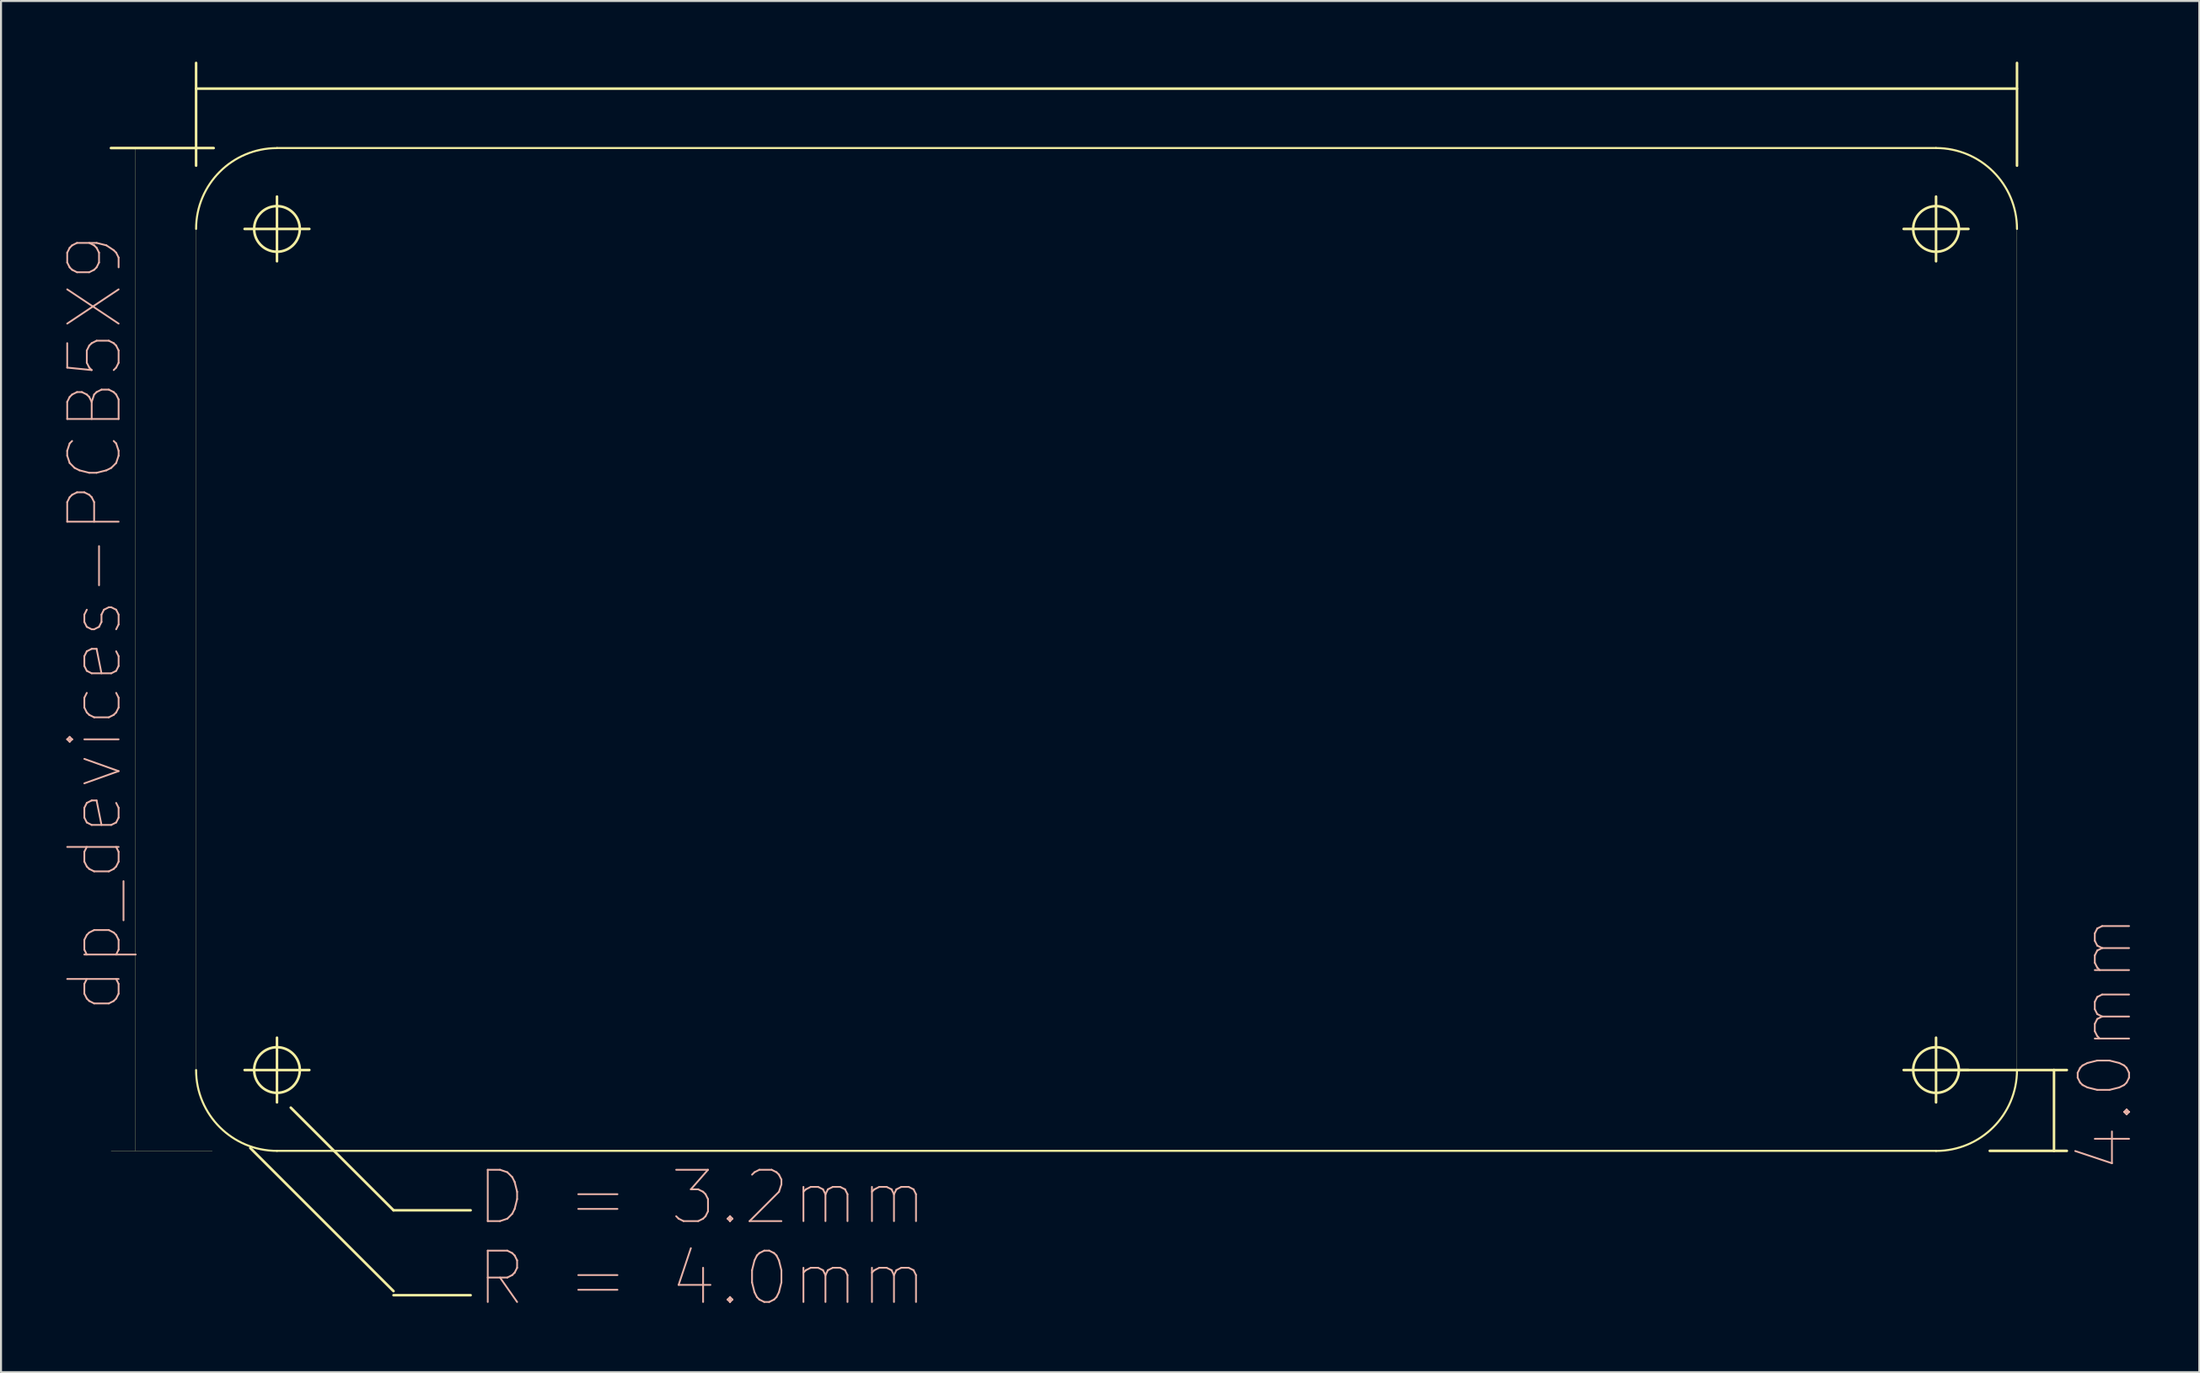
<source format=kicad_pcb>
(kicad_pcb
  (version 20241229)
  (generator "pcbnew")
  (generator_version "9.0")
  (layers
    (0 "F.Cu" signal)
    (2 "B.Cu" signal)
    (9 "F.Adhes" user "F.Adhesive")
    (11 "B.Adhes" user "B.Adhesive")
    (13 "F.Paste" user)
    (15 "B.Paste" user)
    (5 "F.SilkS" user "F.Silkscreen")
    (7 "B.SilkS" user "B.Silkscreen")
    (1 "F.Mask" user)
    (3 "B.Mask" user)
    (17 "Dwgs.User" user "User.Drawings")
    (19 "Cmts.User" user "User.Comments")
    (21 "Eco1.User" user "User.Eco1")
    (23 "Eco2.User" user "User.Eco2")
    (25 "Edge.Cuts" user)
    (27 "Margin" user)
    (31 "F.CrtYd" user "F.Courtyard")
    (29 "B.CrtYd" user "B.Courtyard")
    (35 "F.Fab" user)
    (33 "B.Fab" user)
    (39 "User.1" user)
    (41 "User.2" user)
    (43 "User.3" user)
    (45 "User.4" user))
  (footprint "dp_devices-PCB5X9"
    (layer "F.Cu")
    (at 6.642 53.872)
    (property "Reference" "dp_devices-PCB5X9" (at -5 -26.1 90) (layer "B.SilkS") (effects (font (size 2.54 2.54) (thickness 0.089))))
    (attr exclude_from_pos_files exclude_from_bom)
    (fp_line (start -4.209 -49.6) (end 0.869 -49.6) (stroke (width 0.127) (type solid)) (layer "F.SilkS"))
    (fp_line (start -3 0) (end -3 -49.6) (stroke (width 0.01) (type solid)) (layer "F.SilkS"))
    (fp_line (start 0 -53.809) (end 0 -48.729) (stroke (width 0.127) (type solid)) (layer "F.SilkS"))
    (fp_line (start 0 -4) (end 0 -45.6) (stroke (width 0.01) (type solid)) (layer "F.SilkS"))
    (fp_line (start 0.8 0) (end -4.2 0) (stroke (width 0.01) (type solid)) (layer "F.SilkS"))
    (fp_line (start 2.398 -45.599) (end 5.598 -45.599) (stroke (width 0.127) (type solid)) (layer "F.SilkS"))
    (fp_line (start 2.398 -3.998) (end 5.598 -3.998) (stroke (width 0.127) (type solid)) (layer "F.SilkS"))
    (fp_line (start 2.68 -0.14) (end 9.759 6.939) (stroke (width 0.127) (type solid)) (layer "F.SilkS"))
    (fp_line (start 3.998 -43.999) (end 3.998 -47.2) (stroke (width 0.127) (type solid)) (layer "F.SilkS"))
    (fp_line (start 3.998 -2.398) (end 3.998 -5.598) (stroke (width 0.127) (type solid)) (layer "F.SilkS"))
    (fp_line (start 3.998 0) (end 85.999 0) (stroke (width 0.1) (type solid)) (layer "F.SilkS"))
    (fp_line (start 4.679 -2.139) (end 9.759 2.939) (stroke (width 0.127) (type solid)) (layer "F.SilkS"))
    (fp_line (start 9.759 2.939) (end 13.569 2.939) (stroke (width 0.127) (type solid)) (layer "F.SilkS"))
    (fp_line (start 9.759 7.139) (end 13.569 7.139) (stroke (width 0.127) (type solid)) (layer "F.SilkS"))
    (fp_line (start 84.399 -45.599) (end 87.6 -45.599) (stroke (width 0.127) (type solid)) (layer "F.SilkS"))
    (fp_line (start 84.399 -3.998) (end 87.6 -3.998) (stroke (width 0.127) (type solid)) (layer "F.SilkS"))
    (fp_line (start 85.999 -49.6) (end 3.998 -49.6) (stroke (width 0.1) (type solid)) (layer "F.SilkS"))
    (fp_line (start 85.999 -43.999) (end 85.999 -47.2) (stroke (width 0.127) (type solid)) (layer "F.SilkS"))
    (fp_line (start 85.999 -3.998) (end 91.829 -3.998) (stroke (width 0.127) (type solid)) (layer "F.SilkS"))
    (fp_line (start 85.999 -2.398) (end 85.999 -5.598) (stroke (width 0.127) (type solid)) (layer "F.SilkS"))
    (fp_line (start 88.654 0) (end 92.464 0) (stroke (width 0.127) (type solid)) (layer "F.SilkS"))
    (fp_line (start 90 -53.809) (end 90 -48.729) (stroke (width 0.127) (type solid)) (layer "F.SilkS"))
    (fp_line (start 90 -52.539) (end 0 -52.539) (stroke (width 0.127) (type solid)) (layer "F.SilkS"))
    (fp_line (start 90 -45.6) (end 90 -4) (stroke (width 0.01) (type solid)) (layer "F.SilkS"))
    (fp_line (start 91.829 -3.998) (end 91.829 0) (stroke (width 0.127) (type solid)) (layer "F.SilkS"))
    (fp_line (start 91.829 -3.998) (end 92.464 -3.998) (stroke (width 0.127) (type solid)) (layer "F.SilkS"))
    (fp_arc (start 0 -45.59932) (mid 1.170975 -48.426305) (end 3.99796 -49.59728) (stroke (width 0.1) (type solid)) (layer "F.SilkS"))
    (fp_arc (start 3.99796 0) (mid 1.170975 -1.170975) (end 0 -3.99796) (stroke (width 0.1) (type solid)) (layer "F.SilkS"))
    (fp_arc (start 85.99932 -49.59982) (mid 88.828101 -48.428101) (end 89.99982 -45.59932) (stroke (width 0.1) (type solid)) (layer "F.SilkS"))
    (fp_arc (start 89.99982 -3.99796) (mid 88.828101 -1.169179) (end 85.99932 0.00254) (stroke (width 0.1) (type solid)) (layer "F.SilkS"))
    (fp_circle (center 3.998 -45.599) (end 4.796 -46.397) (stroke (width 0.127) (type solid)) (fill no) (layer "F.SilkS"))
    (fp_circle (center 3.998 -3.998) (end 4.796 -4.796) (stroke (width 0.127) (type solid)) (fill no) (layer "F.SilkS"))
    (fp_circle (center 85.999 -45.599) (end 86.797 -46.397) (stroke (width 0.127) (type solid)) (fill no) (layer "F.SilkS"))
    (fp_circle (center 85.999 -3.998) (end 86.797 -4.796) (stroke (width 0.127) (type solid)) (fill no) (layer "F.SilkS"))
    (fp_text user "R = 4.0mm" (at 24.999 6.304 0) (layer "B.SilkS") (effects (font (size 2.54 2.54) (thickness 0.089))))
    (fp_text user "D = 3.2mm" (at 24.999 2.304 0) (layer "B.SilkS") (effects (font (size 2.54 2.54) (thickness 0.089))))
    (fp_text user "4.0mm" (at 94.369 -5.314 90) (layer "B.SilkS") (effects (font (size 2.54 2.54) (thickness 0.089)))))
  (gr_rect
    (start -3 -3)
    (end 105.652 64.818)
    (stroke (width 0.1) (type default))
    (fill no)
    (layer "Edge.Cuts")))
</source>
